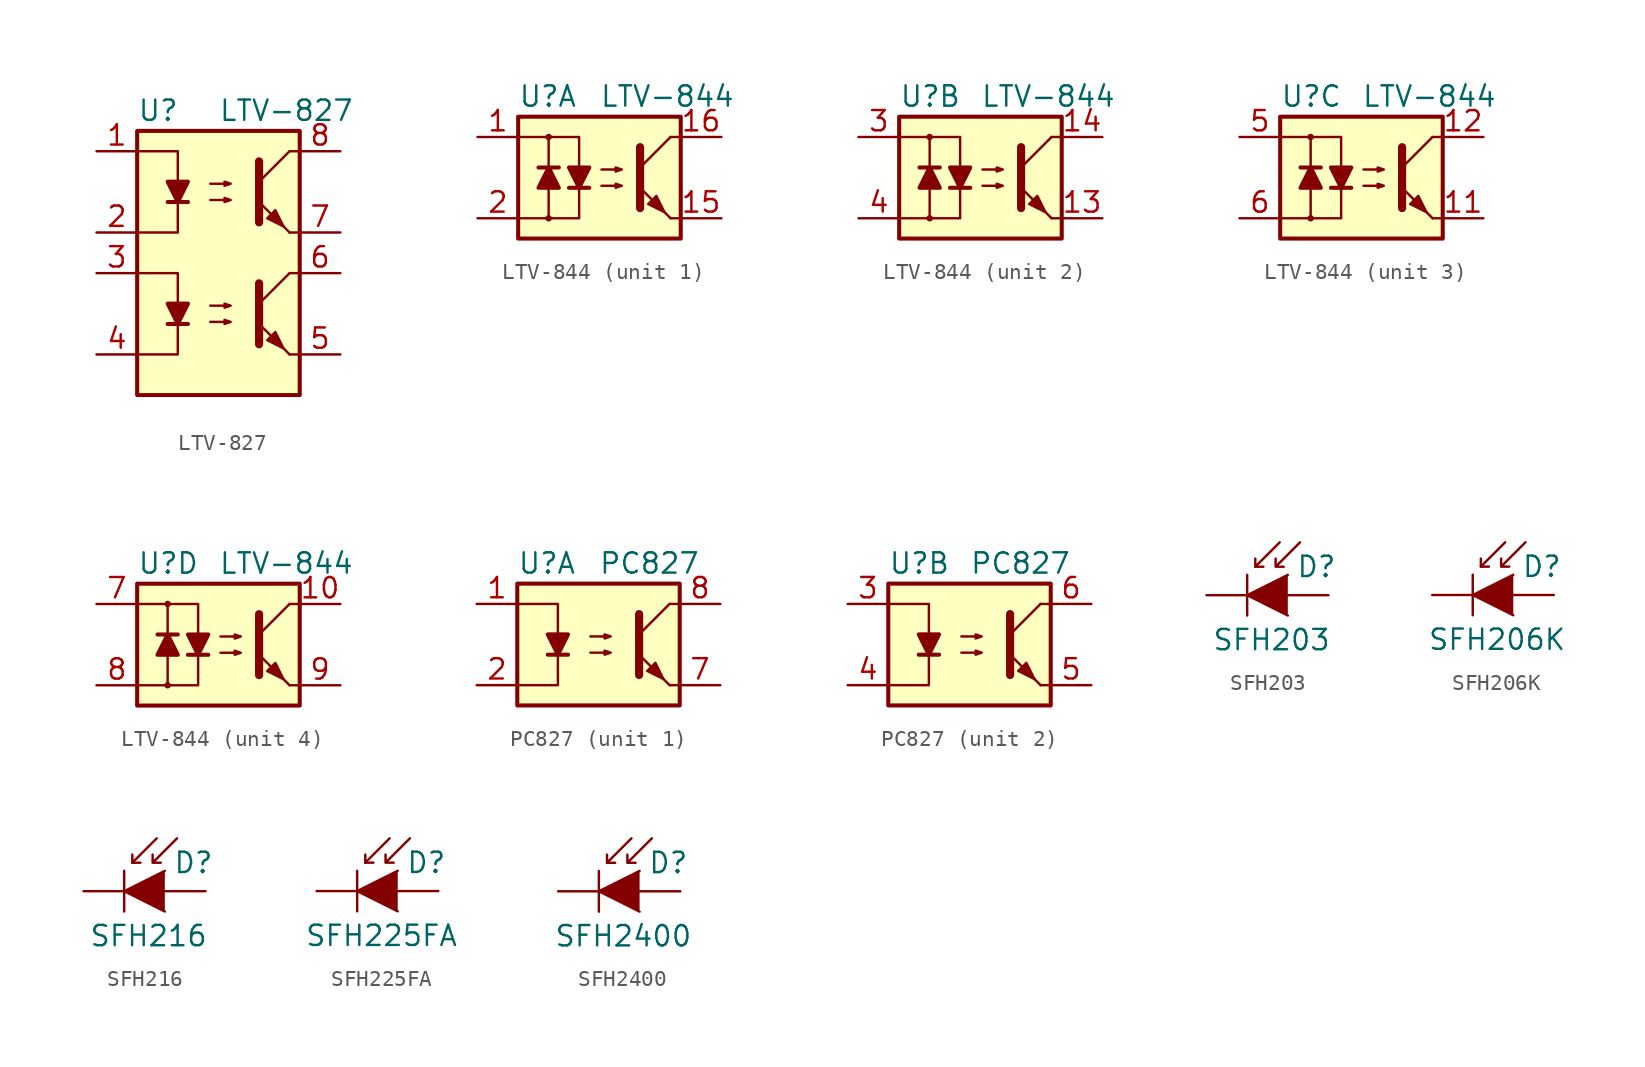
<source format=kicad_sym>
(kicad_symbol_lib
  (version 20211014)
  (generator kicad_symbol_editor)
  (symbol "LTV-827"
    (pin_names
      (offset 1.016))
    (property "Reference" "U"
      (at -5.08 10.16 0)
      (effects (font (size 1.27 1.27)) (justify left)))
    (property "Value" "LTV-827"
      (at 0 10.16 0)
      (effects (font (size 1.27 1.27)) (justify left)))
    (symbol "LTV-827_0_1"
      (rectangle (start -5.08 8.89) (end 5.08 -7.62) (stroke (width 0.254) (type default) (color 0 0 0 0)) (fill (type background)))
      (polyline (pts (xy -3.175 -3.175) (xy -1.905 -3.175)) (stroke (width 0.254) (type default) (color 0 0 0 0)) (fill (type none)))
      (polyline (pts (xy -3.175 4.445) (xy -1.905 4.445)) (stroke (width 0.254) (type default) (color 0 0 0 0)) (fill (type none)))
      (polyline (pts (xy 2.54 -1.905) (xy 4.445 0)) (stroke (width 0) (type default) (color 0 0 0 0)) (fill (type none)))
      (polyline (pts (xy 2.54 5.715) (xy 4.445 7.62)) (stroke (width 0) (type default) (color 0 0 0 0)) (fill (type none)))
      (polyline (pts (xy 4.445 -5.08) (xy 2.54 -3.175)) (stroke (width 0) (type default) (color 0 0 0 0)) (fill (type outline)))
      (polyline (pts (xy 4.445 -5.08) (xy 5.08 -5.08)) (stroke (width 0) (type default) (color 0 0 0 0)) (fill (type none)))
      (polyline (pts (xy 4.445 0) (xy 5.08 0)) (stroke (width 0) (type default) (color 0 0 0 0)) (fill (type none)))
      (polyline (pts (xy 4.445 2.54) (xy 2.54 4.445)) (stroke (width 0) (type default) (color 0 0 0 0)) (fill (type outline)))
      (polyline (pts (xy 4.445 2.54) (xy 5.08 2.54)) (stroke (width 0) (type default) (color 0 0 0 0)) (fill (type none)))
      (polyline (pts (xy 4.445 7.62) (xy 5.08 7.62)) (stroke (width 0) (type default) (color 0 0 0 0)) (fill (type none)))
      (polyline (pts (xy -5.08 0) (xy -2.54 0) (xy -2.54 -1.905)) (stroke (width 0) (type default) (color 0 0 0 0)) (fill (type none)))
      (polyline (pts (xy -5.08 7.62) (xy -2.54 7.62) (xy -2.54 5.715)) (stroke (width 0) (type default) (color 0 0 0 0)) (fill (type none)))
      (polyline (pts (xy -2.54 -3.175) (xy -2.54 -5.08) (xy -5.08 -5.08)) (stroke (width 0) (type default) (color 0 0 0 0)) (fill (type none)))
      (polyline (pts (xy -2.54 4.445) (xy -2.54 2.54) (xy -5.08 2.54)) (stroke (width 0) (type default) (color 0 0 0 0)) (fill (type none)))
      (polyline (pts (xy 2.54 -0.635) (xy 2.54 -4.445) (xy 2.54 -4.445)) (stroke (width 0.508) (type default) (color 0 0 0 0)) (fill (type none)))
      (polyline (pts (xy 2.54 6.985) (xy 2.54 3.175) (xy 2.54 3.175)) (stroke (width 0.508) (type default) (color 0 0 0 0)) (fill (type none)))
      (polyline (pts (xy -2.54 -3.175) (xy -3.175 -1.905) (xy -1.905 -1.905) (xy -2.54 -3.175)) (stroke (width 0.254) (type default) (color 0 0 0 0)) (fill (type outline)))
      (polyline (pts (xy -2.54 4.445) (xy -3.175 5.715) (xy -1.905 5.715) (xy -2.54 4.445)) (stroke (width 0.254) (type default) (color 0 0 0 0)) (fill (type outline)))
      (polyline (pts (xy -0.508 -3.048) (xy 0.762 -3.048) (xy 0.381 -3.175) (xy 0.381 -2.921) (xy 0.762 -3.048)) (stroke (width 0) (type default) (color 0 0 0 0)) (fill (type none)))
      (polyline (pts (xy -0.508 -2.032) (xy 0.762 -2.032) (xy 0.381 -2.159) (xy 0.381 -1.905) (xy 0.762 -2.032)) (stroke (width 0) (type default) (color 0 0 0 0)) (fill (type none)))
      (polyline (pts (xy -0.508 4.572) (xy 0.762 4.572) (xy 0.381 4.445) (xy 0.381 4.699) (xy 0.762 4.572)) (stroke (width 0) (type default) (color 0 0 0 0)) (fill (type none)))
      (polyline (pts (xy -0.508 5.588) (xy 0.762 5.588) (xy 0.381 5.461) (xy 0.381 5.715) (xy 0.762 5.588)) (stroke (width 0) (type default) (color 0 0 0 0)) (fill (type none)))
      (polyline (pts (xy 3.048 -4.191) (xy 3.556 -3.683) (xy 4.064 -4.699) (xy 3.048 -4.191) (xy 3.048 -4.191)) (stroke (width 0) (type default) (color 0 0 0 0)) (fill (type outline)))
      (polyline (pts (xy 3.048 3.429) (xy 3.556 3.937) (xy 4.064 2.921) (xy 3.048 3.429) (xy 3.048 3.429)) (stroke (width 0) (type default) (color 0 0 0 0)) (fill (type outline))))
    (symbol "LTV-827_1_1"
      (pin passive line (at -7.62 7.62 0) (length 2.54) (name "~" (effects (font (size 1.27 1.27)))) (number "1" (effects (font (size 1.27 1.27)))))
      (pin passive line (at -7.62 2.54 0) (length 2.54) (name "~" (effects (font (size 1.27 1.27)))) (number "2" (effects (font (size 1.27 1.27)))))
      (pin passive line (at -7.62 0 0) (length 2.54) (name "~" (effects (font (size 1.27 1.27)))) (number "3" (effects (font (size 1.27 1.27)))))
      (pin passive line (at -7.62 -5.08 0) (length 2.54) (name "~" (effects (font (size 1.27 1.27)))) (number "4" (effects (font (size 1.27 1.27)))))
      (pin passive line (at 7.62 -5.08 180) (length 2.54) (name "~" (effects (font (size 1.27 1.27)))) (number "5" (effects (font (size 1.27 1.27)))))
      (pin passive line (at 7.62 0 180) (length 2.54) (name "~" (effects (font (size 1.27 1.27)))) (number "6" (effects (font (size 1.27 1.27)))))
      (pin passive line (at 7.62 2.54 180) (length 2.54) (name "~" (effects (font (size 1.27 1.27)))) (number "7" (effects (font (size 1.27 1.27)))))
      (pin passive line (at 7.62 7.62 180) (length 2.54) (name "~" (effects (font (size 1.27 1.27)))) (number "8" (effects (font (size 1.27 1.27)))))))
  (symbol "LTV-844"
    (pin_names
      (offset 1.016))
    (property "Reference" "U"
      (at -5.08 5.08 0)
      (effects (font (size 1.27 1.27)) (justify left)))
    (property "Value" "LTV-844"
      (at 0 5.08 0)
      (effects (font (size 1.27 1.27)) (justify left)))
    (symbol "LTV-844_0_1"
      (rectangle (start -5.08 3.81) (end 5.08 -3.81) (stroke (width 0.254) (type default) (color 0 0 0 0)) (fill (type background)))
      (circle (center -3.175 -2.54) (radius 0.127) (stroke (width 0) (type default) (color 0 0 0 0)) (fill (type none)))
      (circle (center -3.175 2.54) (radius 0.127) (stroke (width 0) (type default) (color 0 0 0 0)) (fill (type none)))
      (polyline (pts (xy -3.81 0.635) (xy -2.54 0.635)) (stroke (width 0.254) (type default) (color 0 0 0 0)) (fill (type none)))
      (polyline (pts (xy -3.175 -0.635) (xy -3.175 -2.54)) (stroke (width 0) (type default) (color 0 0 0 0)) (fill (type none)))
      (polyline (pts (xy -3.175 0.635) (xy -3.175 2.54)) (stroke (width 0) (type default) (color 0 0 0 0)) (fill (type none)))
      (polyline (pts (xy -1.905 -0.635) (xy -0.635 -0.635)) (stroke (width 0.254) (type default) (color 0 0 0 0)) (fill (type none)))
      (polyline (pts (xy 2.54 0.635) (xy 4.445 2.54)) (stroke (width 0) (type default) (color 0 0 0 0)) (fill (type none)))
      (polyline (pts (xy 4.445 -2.54) (xy 2.54 -0.635)) (stroke (width 0) (type default) (color 0 0 0 0)) (fill (type outline)))
      (polyline (pts (xy 4.445 -2.54) (xy 5.08 -2.54)) (stroke (width 0) (type default) (color 0 0 0 0)) (fill (type none)))
      (polyline (pts (xy 4.445 2.54) (xy 5.08 2.54)) (stroke (width 0) (type default) (color 0 0 0 0)) (fill (type none)))
      (polyline (pts (xy -5.08 2.54) (xy -1.27 2.54) (xy -1.27 0.635)) (stroke (width 0) (type default) (color 0 0 0 0)) (fill (type none)))
      (polyline (pts (xy -1.27 -0.635) (xy -1.27 -2.54) (xy -5.08 -2.54)) (stroke (width 0) (type default) (color 0 0 0 0)) (fill (type none)))
      (polyline (pts (xy 2.54 1.905) (xy 2.54 -1.905) (xy 2.54 -1.905)) (stroke (width 0.508) (type default) (color 0 0 0 0)) (fill (type none)))
      (polyline (pts (xy -3.175 0.635) (xy -3.81 -0.635) (xy -2.54 -0.635) (xy -3.175 0.635)) (stroke (width 0.254) (type default) (color 0 0 0 0)) (fill (type outline)))
      (polyline (pts (xy -1.27 -0.635) (xy -1.905 0.635) (xy -0.635 0.635) (xy -1.27 -0.635)) (stroke (width 0.254) (type default) (color 0 0 0 0)) (fill (type outline)))
      (polyline (pts (xy 0.127 -0.508) (xy 1.397 -0.508) (xy 1.016 -0.635) (xy 1.016 -0.381) (xy 1.397 -0.508)) (stroke (width 0) (type default) (color 0 0 0 0)) (fill (type none)))
      (polyline (pts (xy 0.127 0.508) (xy 1.397 0.508) (xy 1.016 0.381) (xy 1.016 0.635) (xy 1.397 0.508)) (stroke (width 0) (type default) (color 0 0 0 0)) (fill (type none)))
      (polyline (pts (xy 3.048 -1.651) (xy 3.556 -1.143) (xy 4.064 -2.159) (xy 3.048 -1.651) (xy 3.048 -1.651)) (stroke (width 0) (type default) (color 0 0 0 0)) (fill (type outline))))
    (symbol "LTV-844_1_1"
      (pin passive line (at -7.62 2.54 0) (length 2.54) (name "~" (effects (font (size 1.27 1.27)))) (number "1" (effects (font (size 1.27 1.27)))))
      (pin passive line (at 7.62 -2.54 180) (length 2.54) (name "~" (effects (font (size 1.27 1.27)))) (number "15" (effects (font (size 1.27 1.27)))))
      (pin passive line (at 7.62 2.54 180) (length 2.54) (name "~" (effects (font (size 1.27 1.27)))) (number "16" (effects (font (size 1.27 1.27)))))
      (pin passive line (at -7.62 -2.54 0) (length 2.54) (name "~" (effects (font (size 1.27 1.27)))) (number "2" (effects (font (size 1.27 1.27))))))
    (symbol "LTV-844_2_1"
      (pin passive line (at 7.62 -2.54 180) (length 2.54) (name "~" (effects (font (size 1.27 1.27)))) (number "13" (effects (font (size 1.27 1.27)))))
      (pin passive line (at 7.62 2.54 180) (length 2.54) (name "~" (effects (font (size 1.27 1.27)))) (number "14" (effects (font (size 1.27 1.27)))))
      (pin passive line (at -7.62 2.54 0) (length 2.54) (name "~" (effects (font (size 1.27 1.27)))) (number "3" (effects (font (size 1.27 1.27)))))
      (pin passive line (at -7.62 -2.54 0) (length 2.54) (name "~" (effects (font (size 1.27 1.27)))) (number "4" (effects (font (size 1.27 1.27))))))
    (symbol "LTV-844_3_1"
      (pin passive line (at 7.62 -2.54 180) (length 2.54) (name "~" (effects (font (size 1.27 1.27)))) (number "11" (effects (font (size 1.27 1.27)))))
      (pin passive line (at 7.62 2.54 180) (length 2.54) (name "~" (effects (font (size 1.27 1.27)))) (number "12" (effects (font (size 1.27 1.27)))))
      (pin passive line (at -7.62 2.54 0) (length 2.54) (name "~" (effects (font (size 1.27 1.27)))) (number "5" (effects (font (size 1.27 1.27)))))
      (pin passive line (at -7.62 -2.54 0) (length 2.54) (name "~" (effects (font (size 1.27 1.27)))) (number "6" (effects (font (size 1.27 1.27))))))
    (symbol "LTV-844_4_1"
      (pin passive line (at 7.62 2.54 180) (length 2.54) (name "~" (effects (font (size 1.27 1.27)))) (number "10" (effects (font (size 1.27 1.27)))))
      (pin passive line (at -7.62 2.54 0) (length 2.54) (name "~" (effects (font (size 1.27 1.27)))) (number "7" (effects (font (size 1.27 1.27)))))
      (pin passive line (at -7.62 -2.54 0) (length 2.54) (name "~" (effects (font (size 1.27 1.27)))) (number "8" (effects (font (size 1.27 1.27)))))
      (pin passive line (at 7.62 -2.54 180) (length 2.54) (name "~" (effects (font (size 1.27 1.27)))) (number "9" (effects (font (size 1.27 1.27)))))))
  (symbol "PC827"
    (pin_names
      (offset 1.016))
    (property "Reference" "U"
      (at -5.08 5.08 0)
      (effects (font (size 1.27 1.27)) (justify left)))
    (property "Value" "PC827"
      (at 0 5.08 0)
      (effects (font (size 1.27 1.27)) (justify left)))
    (symbol "PC827_0_1"
      (rectangle (start -5.08 3.81) (end 5.08 -3.81) (stroke (width 0.254) (type default) (color 0 0 0 0)) (fill (type background)))
      (polyline (pts (xy -3.175 -0.635) (xy -1.905 -0.635)) (stroke (width 0.254) (type default) (color 0 0 0 0)) (fill (type none)))
      (polyline (pts (xy 2.54 0.635) (xy 4.445 2.54)) (stroke (width 0) (type default) (color 0 0 0 0)) (fill (type none)))
      (polyline (pts (xy 4.445 -2.54) (xy 2.54 -0.635)) (stroke (width 0) (type default) (color 0 0 0 0)) (fill (type outline)))
      (polyline (pts (xy 4.445 -2.54) (xy 5.08 -2.54)) (stroke (width 0) (type default) (color 0 0 0 0)) (fill (type none)))
      (polyline (pts (xy 4.445 2.54) (xy 5.08 2.54)) (stroke (width 0) (type default) (color 0 0 0 0)) (fill (type none)))
      (polyline (pts (xy -5.08 2.54) (xy -2.54 2.54) (xy -2.54 0.635)) (stroke (width 0) (type default) (color 0 0 0 0)) (fill (type none)))
      (polyline (pts (xy -2.54 -0.635) (xy -2.54 -2.54) (xy -5.08 -2.54)) (stroke (width 0) (type default) (color 0 0 0 0)) (fill (type none)))
      (polyline (pts (xy 2.54 1.905) (xy 2.54 -1.905) (xy 2.54 -1.905)) (stroke (width 0.508) (type default) (color 0 0 0 0)) (fill (type none)))
      (polyline (pts (xy -2.54 -0.635) (xy -3.175 0.635) (xy -1.905 0.635) (xy -2.54 -0.635)) (stroke (width 0.254) (type default) (color 0 0 0 0)) (fill (type outline)))
      (polyline (pts (xy -0.508 -0.508) (xy 0.762 -0.508) (xy 0.381 -0.635) (xy 0.381 -0.381) (xy 0.762 -0.508)) (stroke (width 0) (type default) (color 0 0 0 0)) (fill (type none)))
      (polyline (pts (xy -0.508 0.508) (xy 0.762 0.508) (xy 0.381 0.381) (xy 0.381 0.635) (xy 0.762 0.508)) (stroke (width 0) (type default) (color 0 0 0 0)) (fill (type none)))
      (polyline (pts (xy 3.048 -1.651) (xy 3.556 -1.143) (xy 4.064 -2.159) (xy 3.048 -1.651) (xy 3.048 -1.651)) (stroke (width 0) (type default) (color 0 0 0 0)) (fill (type outline))))
    (symbol "PC827_1_1"
      (pin passive line (at -7.62 2.54 0) (length 2.54) (name "~" (effects (font (size 1.27 1.27)))) (number "1" (effects (font (size 1.27 1.27)))))
      (pin passive line (at -7.62 -2.54 0) (length 2.54) (name "~" (effects (font (size 1.27 1.27)))) (number "2" (effects (font (size 1.27 1.27)))))
      (pin passive line (at 7.62 -2.54 180) (length 2.54) (name "~" (effects (font (size 1.27 1.27)))) (number "7" (effects (font (size 1.27 1.27)))))
      (pin passive line (at 7.62 2.54 180) (length 2.54) (name "~" (effects (font (size 1.27 1.27)))) (number "8" (effects (font (size 1.27 1.27))))))
    (symbol "PC827_2_1"
      (pin passive line (at -7.62 2.54 0) (length 2.54) (name "~" (effects (font (size 1.27 1.27)))) (number "3" (effects (font (size 1.27 1.27)))))
      (pin passive line (at -7.62 -2.54 0) (length 2.54) (name "~" (effects (font (size 1.27 1.27)))) (number "4" (effects (font (size 1.27 1.27)))))
      (pin passive line (at 7.62 -2.54 180) (length 2.54) (name "~" (effects (font (size 1.27 1.27)))) (number "5" (effects (font (size 1.27 1.27)))))
      (pin passive line (at 7.62 2.54 180) (length 2.54) (name "~" (effects (font (size 1.27 1.27)))) (number "6" (effects (font (size 1.27 1.27)))))))
  (symbol "SFH203"
    (pin_numbers hide)
    (pin_names
      (offset 1.016) hide)
    (property "Reference" "D"
      (at 0.508 1.778 0)
      (effects (font (size 1.27 1.27)) (justify left)))
    (property "Value" "SFH203"
      (at -1.016 -2.794 0)
      (effects (font (size 1.27 1.27))))
    (symbol "SFH203_0_1"
      (polyline (pts (xy -2.54 1.27) (xy -2.54 -1.27)) (stroke (width 0.152) (type default) (color 0 0 0 0)) (fill (type none)))
      (polyline (pts (xy -2.032 1.778) (xy -1.524 1.778)) (stroke (width 0) (type default) (color 0 0 0 0)) (fill (type none)))
      (polyline (pts (xy -0.508 3.302) (xy -2.032 1.778) (xy -2.032 2.286)) (stroke (width 0) (type default) (color 0 0 0 0)) (fill (type none)))
      (polyline (pts (xy 0 1.27) (xy -2.54 0) (xy 0 -1.27)) (stroke (width 0) (type default) (color 0 0 0 0)) (fill (type outline)))
      (polyline (pts (xy 0.762 3.302) (xy -0.762 1.778) (xy -0.762 2.286) (xy -0.762 1.778) (xy -0.254 1.778)) (stroke (width 0) (type default) (color 0 0 0 0)) (fill (type none))))
    (symbol "SFH203_1_1"
      (pin passive line (at -5.08 0 0) (length 2.54) (name "K" (effects (font (size 1.27 1.27)))) (number "1" (effects (font (size 1.27 1.27)))))
      (pin passive line (at 2.54 0 180) (length 2.54) (name "A" (effects (font (size 1.27 1.27)))) (number "2" (effects (font (size 1.27 1.27)))))))
  (symbol "SFH206K"
    (pin_numbers hide)
    (pin_names
      (offset 1.016) hide)
    (property "Reference" "D"
      (at 0.508 1.778 0)
      (effects (font (size 1.27 1.27)) (justify left)))
    (property "Value" "SFH206K"
      (at -1.016 -2.794 0)
      (effects (font (size 1.27 1.27))))
    (symbol "SFH206K_0_1"
      (polyline (pts (xy -2.54 1.27) (xy -2.54 -1.27)) (stroke (width 0.152) (type default) (color 0 0 0 0)) (fill (type none)))
      (polyline (pts (xy -2.032 1.778) (xy -1.524 1.778)) (stroke (width 0) (type default) (color 0 0 0 0)) (fill (type none)))
      (polyline (pts (xy -0.508 3.302) (xy -2.032 1.778) (xy -2.032 2.286)) (stroke (width 0) (type default) (color 0 0 0 0)) (fill (type none)))
      (polyline (pts (xy 0 1.27) (xy -2.54 0) (xy 0 -1.27)) (stroke (width 0) (type default) (color 0 0 0 0)) (fill (type outline)))
      (polyline (pts (xy 0.762 3.302) (xy -0.762 1.778) (xy -0.762 2.286) (xy -0.762 1.778) (xy -0.254 1.778)) (stroke (width 0) (type default) (color 0 0 0 0)) (fill (type none))))
    (symbol "SFH206K_1_1"
      (pin passive line (at -5.08 0 0) (length 2.54) (name "K" (effects (font (size 1.27 1.27)))) (number "1" (effects (font (size 1.27 1.27)))))
      (pin passive line (at 2.54 0 180) (length 2.54) (name "A" (effects (font (size 1.27 1.27)))) (number "2" (effects (font (size 1.27 1.27)))))))
  (symbol "SFH216"
    (pin_numbers hide)
    (pin_names
      (offset 1.016) hide)
    (property "Reference" "D"
      (at 0.508 1.778 0)
      (effects (font (size 1.27 1.27)) (justify left)))
    (property "Value" "SFH216"
      (at -1.016 -2.794 0)
      (effects (font (size 1.27 1.27))))
    (symbol "SFH216_0_1"
      (polyline (pts (xy -2.54 1.27) (xy -2.54 -1.27)) (stroke (width 0.152) (type default) (color 0 0 0 0)) (fill (type none)))
      (polyline (pts (xy -2.032 1.778) (xy -1.524 1.778)) (stroke (width 0) (type default) (color 0 0 0 0)) (fill (type none)))
      (polyline (pts (xy -0.508 3.302) (xy -2.032 1.778) (xy -2.032 2.286)) (stroke (width 0) (type default) (color 0 0 0 0)) (fill (type none)))
      (polyline (pts (xy 0 1.27) (xy -2.54 0) (xy 0 -1.27)) (stroke (width 0) (type default) (color 0 0 0 0)) (fill (type outline)))
      (polyline (pts (xy 0.762 3.302) (xy -0.762 1.778) (xy -0.762 2.286) (xy -0.762 1.778) (xy -0.254 1.778)) (stroke (width 0) (type default) (color 0 0 0 0)) (fill (type none))))
    (symbol "SFH216_1_1"
      (pin passive line (at -5.08 0 0) (length 2.54) (name "K" (effects (font (size 1.27 1.27)))) (number "1" (effects (font (size 1.27 1.27)))))
      (pin passive line (at 2.54 0 180) (length 2.54) (name "A" (effects (font (size 1.27 1.27)))) (number "2" (effects (font (size 1.27 1.27)))))))
  (symbol "SFH225FA"
    (pin_numbers hide)
    (pin_names
      (offset 1.016) hide)
    (property "Reference" "D"
      (at 0.508 1.778 0)
      (effects (font (size 1.27 1.27)) (justify left)))
    (property "Value" "SFH225FA"
      (at -1.016 -2.794 0)
      (effects (font (size 1.27 1.27))))
    (symbol "SFH225FA_0_1"
      (polyline (pts (xy -2.54 1.27) (xy -2.54 -1.27)) (stroke (width 0.152) (type default) (color 0 0 0 0)) (fill (type none)))
      (polyline (pts (xy -2.032 1.778) (xy -1.524 1.778)) (stroke (width 0) (type default) (color 0 0 0 0)) (fill (type none)))
      (polyline (pts (xy -0.508 3.302) (xy -2.032 1.778) (xy -2.032 2.286)) (stroke (width 0) (type default) (color 0 0 0 0)) (fill (type none)))
      (polyline (pts (xy 0 1.27) (xy -2.54 0) (xy 0 -1.27)) (stroke (width 0) (type default) (color 0 0 0 0)) (fill (type outline)))
      (polyline (pts (xy 0.762 3.302) (xy -0.762 1.778) (xy -0.762 2.286) (xy -0.762 1.778) (xy -0.254 1.778)) (stroke (width 0) (type default) (color 0 0 0 0)) (fill (type none))))
    (symbol "SFH225FA_1_1"
      (pin passive line (at -5.08 0 0) (length 2.54) (name "K" (effects (font (size 1.27 1.27)))) (number "1" (effects (font (size 1.27 1.27)))))
      (pin passive line (at 2.54 0 180) (length 2.54) (name "A" (effects (font (size 1.27 1.27)))) (number "2" (effects (font (size 1.27 1.27)))))))
  (symbol "SFH2400"
    (pin_numbers hide)
    (pin_names
      (offset 1.016) hide)
    (property "Reference" "D"
      (at 0.508 1.778 0)
      (effects (font (size 1.27 1.27)) (justify left)))
    (property "Value" "SFH2400"
      (at -1.016 -2.794 0)
      (effects (font (size 1.27 1.27))))
    (symbol "SFH2400_0_1"
      (polyline (pts (xy -2.54 1.27) (xy -2.54 -1.27)) (stroke (width 0.152) (type default) (color 0 0 0 0)) (fill (type none)))
      (polyline (pts (xy -2.032 1.778) (xy -1.524 1.778)) (stroke (width 0) (type default) (color 0 0 0 0)) (fill (type none)))
      (polyline (pts (xy -0.508 3.302) (xy -2.032 1.778) (xy -2.032 2.286)) (stroke (width 0) (type default) (color 0 0 0 0)) (fill (type none)))
      (polyline (pts (xy 0 1.27) (xy -2.54 0) (xy 0 -1.27)) (stroke (width 0) (type default) (color 0 0 0 0)) (fill (type outline)))
      (polyline (pts (xy 0.762 3.302) (xy -0.762 1.778) (xy -0.762 2.286) (xy -0.762 1.778) (xy -0.254 1.778)) (stroke (width 0) (type default) (color 0 0 0 0)) (fill (type none))))
    (symbol "SFH2400_1_1"
      (pin passive line (at -5.08 0 0) (length 2.54) (name "K" (effects (font (size 1.27 1.27)))) (number "1" (effects (font (size 1.27 1.27)))))
      (pin passive line (at 2.54 0 180) (length 2.54) (name "A" (effects (font (size 1.27 1.27)))) (number "2" (effects (font (size 1.27 1.27))))))))
</source>
